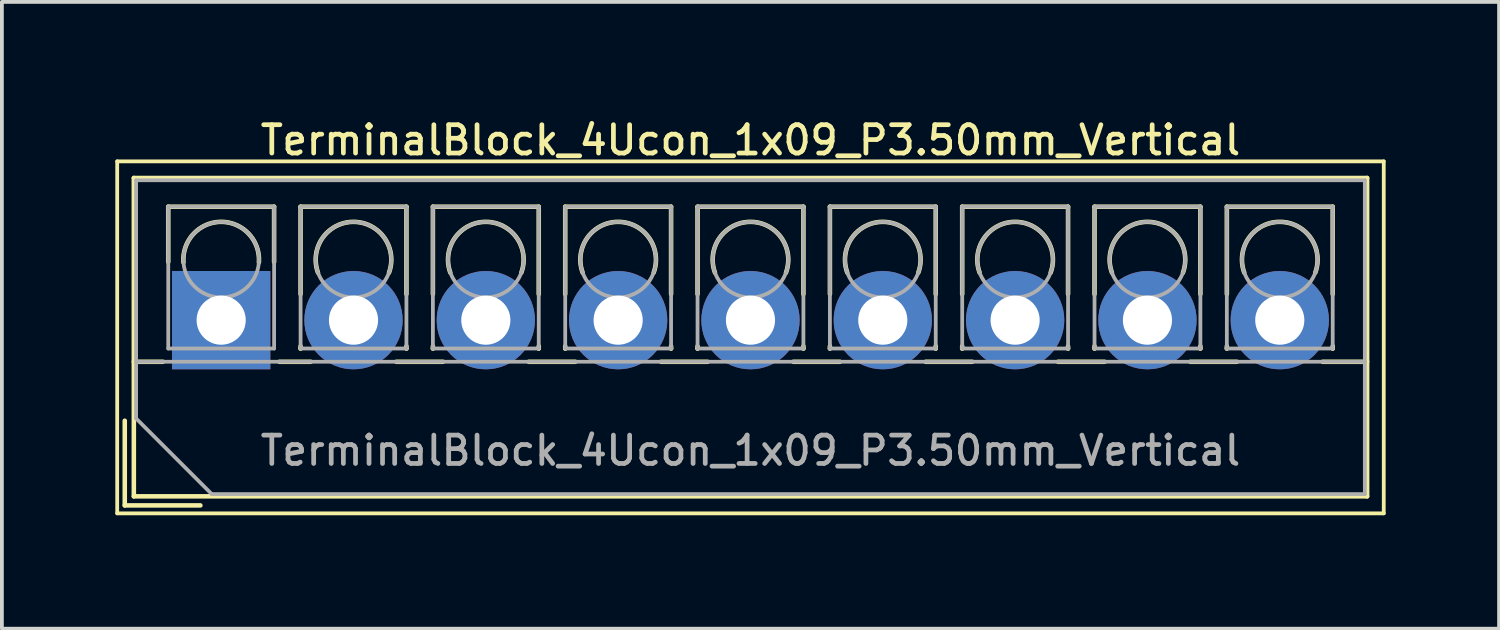
<source format=kicad_pcb>
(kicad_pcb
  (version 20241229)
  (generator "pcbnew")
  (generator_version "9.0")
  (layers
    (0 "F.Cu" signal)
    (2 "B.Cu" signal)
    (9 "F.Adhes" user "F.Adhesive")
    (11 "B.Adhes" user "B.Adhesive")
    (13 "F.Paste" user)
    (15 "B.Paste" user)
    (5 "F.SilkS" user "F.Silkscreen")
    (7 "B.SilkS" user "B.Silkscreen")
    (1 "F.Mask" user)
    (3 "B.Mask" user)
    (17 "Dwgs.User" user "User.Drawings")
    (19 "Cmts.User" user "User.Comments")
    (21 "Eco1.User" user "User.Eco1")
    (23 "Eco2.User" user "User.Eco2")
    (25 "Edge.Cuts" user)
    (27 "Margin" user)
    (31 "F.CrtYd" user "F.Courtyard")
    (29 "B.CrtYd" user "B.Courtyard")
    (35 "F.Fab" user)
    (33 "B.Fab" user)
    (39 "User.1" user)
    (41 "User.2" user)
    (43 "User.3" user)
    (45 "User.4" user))
  (footprint "TerminalBlock_4Ucon_1x09_P3.50mm_Vertical"
    (layer "F.Cu")
    (at 2.8 5.418)
    (property "Reference" "TerminalBlock_4Ucon_1x09_P3.50mm_Vertical" (at 14 -4.76 0) (layer "F.SilkS") (effects (font (size 0.75 0.75) (thickness 0.125))))
    (attr through_hole)
    (fp_line (start -2.75 -4.2) (end -2.75 5.11) (stroke (width 0.1) (type solid)) (layer "F.SilkS"))
    (fp_line (start -2.75 5.11) (end 30.75 5.11) (stroke (width 0.1) (type solid)) (layer "F.SilkS"))
    (fp_line (start -2.55 2.66) (end -2.55 4.9) (stroke (width 0.12) (type solid)) (layer "F.SilkS"))
    (fp_line (start -2.55 4.9) (end -0.55 4.9) (stroke (width 0.12) (type solid)) (layer "F.SilkS"))
    (fp_line (start -2.31 -3.76) (end -2.31 4.66) (stroke (width 0.12) (type solid)) (layer "F.SilkS"))
    (fp_line (start -2.31 -3.76) (end 30.31 -3.76) (stroke (width 0.12) (type solid)) (layer "F.SilkS"))
    (fp_line (start -2.31 1.101) (end -1.54 1.101) (stroke (width 0.12) (type solid)) (layer "F.SilkS"))
    (fp_line (start -2.31 4.66) (end 30.31 4.66) (stroke (width 0.12) (type solid)) (layer "F.SilkS"))
    (fp_line (start -1.4 -3) (end -1.4 -1.54) (stroke (width 0.12) (type solid)) (layer "F.SilkS"))
    (fp_line (start -1.4 -3) (end 1.4 -3) (stroke (width 0.12) (type solid)) (layer "F.SilkS"))
    (fp_line (start 1.4 -3) (end 1.4 -1.54) (stroke (width 0.12) (type solid)) (layer "F.SilkS"))
    (fp_line (start 1.54 1.101) (end 2.367 1.101) (stroke (width 0.12) (type solid)) (layer "F.SilkS"))
    (fp_line (start 2.1 -3) (end 2.1 -0.689) (stroke (width 0.12) (type solid)) (layer "F.SilkS"))
    (fp_line (start 2.1 -3) (end 4.9 -3) (stroke (width 0.12) (type solid)) (layer "F.SilkS"))
    (fp_line (start 2.1 0.689) (end 2.1 0.75) (stroke (width 0.12) (type solid)) (layer "F.SilkS"))
    (fp_line (start 2.1 0.75) (end 2.101 0.75) (stroke (width 0.12) (type solid)) (layer "F.SilkS"))
    (fp_line (start 4.634 1.101) (end 5.867 1.101) (stroke (width 0.12) (type solid)) (layer "F.SilkS"))
    (fp_line (start 4.9 -3) (end 4.9 -0.689) (stroke (width 0.12) (type solid)) (layer "F.SilkS"))
    (fp_line (start 4.9 0.689) (end 4.9 0.75) (stroke (width 0.12) (type solid)) (layer "F.SilkS"))
    (fp_line (start 4.9 0.75) (end 4.9 0.75) (stroke (width 0.12) (type solid)) (layer "F.SilkS"))
    (fp_line (start 5.6 -3) (end 5.6 -0.689) (stroke (width 0.12) (type solid)) (layer "F.SilkS"))
    (fp_line (start 5.6 -3) (end 8.4 -3) (stroke (width 0.12) (type solid)) (layer "F.SilkS"))
    (fp_line (start 5.6 0.689) (end 5.6 0.75) (stroke (width 0.12) (type solid)) (layer "F.SilkS"))
    (fp_line (start 5.6 0.75) (end 5.601 0.75) (stroke (width 0.12) (type solid)) (layer "F.SilkS"))
    (fp_line (start 8.134 1.101) (end 9.367 1.101) (stroke (width 0.12) (type solid)) (layer "F.SilkS"))
    (fp_line (start 8.4 -3) (end 8.4 -0.689) (stroke (width 0.12) (type solid)) (layer "F.SilkS"))
    (fp_line (start 8.4 0.689) (end 8.4 0.75) (stroke (width 0.12) (type solid)) (layer "F.SilkS"))
    (fp_line (start 8.4 0.75) (end 8.4 0.75) (stroke (width 0.12) (type solid)) (layer "F.SilkS"))
    (fp_line (start 9.1 -3) (end 9.1 -0.689) (stroke (width 0.12) (type solid)) (layer "F.SilkS"))
    (fp_line (start 9.1 -3) (end 11.9 -3) (stroke (width 0.12) (type solid)) (layer "F.SilkS"))
    (fp_line (start 9.1 0.689) (end 9.1 0.75) (stroke (width 0.12) (type solid)) (layer "F.SilkS"))
    (fp_line (start 9.1 0.75) (end 9.101 0.75) (stroke (width 0.12) (type solid)) (layer "F.SilkS"))
    (fp_line (start 11.634 1.101) (end 12.867 1.101) (stroke (width 0.12) (type solid)) (layer "F.SilkS"))
    (fp_line (start 11.9 -3) (end 11.9 -0.689) (stroke (width 0.12) (type solid)) (layer "F.SilkS"))
    (fp_line (start 11.9 0.689) (end 11.9 0.75) (stroke (width 0.12) (type solid)) (layer "F.SilkS"))
    (fp_line (start 11.9 0.75) (end 11.9 0.75) (stroke (width 0.12) (type solid)) (layer "F.SilkS"))
    (fp_line (start 12.6 -3) (end 12.6 -0.689) (stroke (width 0.12) (type solid)) (layer "F.SilkS"))
    (fp_line (start 12.6 -3) (end 15.4 -3) (stroke (width 0.12) (type solid)) (layer "F.SilkS"))
    (fp_line (start 12.6 0.689) (end 12.6 0.75) (stroke (width 0.12) (type solid)) (layer "F.SilkS"))
    (fp_line (start 12.6 0.75) (end 12.601 0.75) (stroke (width 0.12) (type solid)) (layer "F.SilkS"))
    (fp_line (start 15.134 1.101) (end 16.367 1.101) (stroke (width 0.12) (type solid)) (layer "F.SilkS"))
    (fp_line (start 15.4 -3) (end 15.4 -0.689) (stroke (width 0.12) (type solid)) (layer "F.SilkS"))
    (fp_line (start 15.4 0.689) (end 15.4 0.75) (stroke (width 0.12) (type solid)) (layer "F.SilkS"))
    (fp_line (start 15.4 0.75) (end 15.4 0.75) (stroke (width 0.12) (type solid)) (layer "F.SilkS"))
    (fp_line (start 16.101 -3) (end 16.101 -0.689) (stroke (width 0.12) (type solid)) (layer "F.SilkS"))
    (fp_line (start 16.101 -3) (end 18.9 -3) (stroke (width 0.12) (type solid)) (layer "F.SilkS"))
    (fp_line (start 16.101 0.689) (end 16.101 0.75) (stroke (width 0.12) (type solid)) (layer "F.SilkS"))
    (fp_line (start 16.101 0.75) (end 16.101 0.75) (stroke (width 0.12) (type solid)) (layer "F.SilkS"))
    (fp_line (start 18.634 1.101) (end 19.867 1.101) (stroke (width 0.12) (type solid)) (layer "F.SilkS"))
    (fp_line (start 18.9 -3) (end 18.9 -0.689) (stroke (width 0.12) (type solid)) (layer "F.SilkS"))
    (fp_line (start 18.9 0.689) (end 18.9 0.75) (stroke (width 0.12) (type solid)) (layer "F.SilkS"))
    (fp_line (start 18.9 0.75) (end 18.9 0.75) (stroke (width 0.12) (type solid)) (layer "F.SilkS"))
    (fp_line (start 19.6 -3) (end 19.6 -0.689) (stroke (width 0.12) (type solid)) (layer "F.SilkS"))
    (fp_line (start 19.6 -3) (end 22.4 -3) (stroke (width 0.12) (type solid)) (layer "F.SilkS"))
    (fp_line (start 19.6 0.689) (end 19.6 0.75) (stroke (width 0.12) (type solid)) (layer "F.SilkS"))
    (fp_line (start 19.6 0.75) (end 19.601 0.75) (stroke (width 0.12) (type solid)) (layer "F.SilkS"))
    (fp_line (start 22.134 1.101) (end 23.367 1.101) (stroke (width 0.12) (type solid)) (layer "F.SilkS"))
    (fp_line (start 22.4 -3) (end 22.4 -0.689) (stroke (width 0.12) (type solid)) (layer "F.SilkS"))
    (fp_line (start 22.4 0.689) (end 22.4 0.75) (stroke (width 0.12) (type solid)) (layer "F.SilkS"))
    (fp_line (start 22.4 0.75) (end 22.4 0.75) (stroke (width 0.12) (type solid)) (layer "F.SilkS"))
    (fp_line (start 23.1 -3) (end 23.1 -0.689) (stroke (width 0.12) (type solid)) (layer "F.SilkS"))
    (fp_line (start 23.1 -3) (end 25.9 -3) (stroke (width 0.12) (type solid)) (layer "F.SilkS"))
    (fp_line (start 23.1 0.689) (end 23.1 0.75) (stroke (width 0.12) (type solid)) (layer "F.SilkS"))
    (fp_line (start 23.1 0.75) (end 23.101 0.75) (stroke (width 0.12) (type solid)) (layer "F.SilkS"))
    (fp_line (start 25.634 1.101) (end 26.867 1.101) (stroke (width 0.12) (type solid)) (layer "F.SilkS"))
    (fp_line (start 25.9 -3) (end 25.9 -0.689) (stroke (width 0.12) (type solid)) (layer "F.SilkS"))
    (fp_line (start 25.9 0.689) (end 25.9 0.75) (stroke (width 0.12) (type solid)) (layer "F.SilkS"))
    (fp_line (start 25.9 0.75) (end 25.9 0.75) (stroke (width 0.12) (type solid)) (layer "F.SilkS"))
    (fp_line (start 26.6 -3) (end 26.6 -0.689) (stroke (width 0.12) (type solid)) (layer "F.SilkS"))
    (fp_line (start 26.6 -3) (end 29.4 -3) (stroke (width 0.12) (type solid)) (layer "F.SilkS"))
    (fp_line (start 26.6 0.689) (end 26.6 0.75) (stroke (width 0.12) (type solid)) (layer "F.SilkS"))
    (fp_line (start 26.6 0.75) (end 26.601 0.75) (stroke (width 0.12) (type solid)) (layer "F.SilkS"))
    (fp_line (start 29.134 1.101) (end 30.31 1.101) (stroke (width 0.12) (type solid)) (layer "F.SilkS"))
    (fp_line (start 29.4 -3) (end 29.4 -0.689) (stroke (width 0.12) (type solid)) (layer "F.SilkS"))
    (fp_line (start 29.4 0.689) (end 29.4 0.75) (stroke (width 0.12) (type solid)) (layer "F.SilkS"))
    (fp_line (start 29.4 0.75) (end 29.4 0.75) (stroke (width 0.12) (type solid)) (layer "F.SilkS"))
    (fp_line (start 30.31 -3.76) (end 30.31 4.66) (stroke (width 0.12) (type solid)) (layer "F.SilkS"))
    (fp_line (start 30.75 -4.2) (end -2.75 -4.2) (stroke (width 0.1) (type solid)) (layer "F.SilkS"))
    (fp_line (start 30.75 5.11) (end 30.75 -4.2) (stroke (width 0.1) (type solid)) (layer "F.SilkS"))
    (fp_arc (start -0.99789 -1.529434) (mid -0.000785 -2.600382) (end 0.998 -1.531) (stroke (width 0.12) (type solid)) (layer "F.SilkS"))
    (fp_arc (start 2.560085 -1.257767) (mid 3.499876 -2.600282) (end 4.44 -1.258) (stroke (width 0.12) (type solid)) (layer "F.SilkS"))
    (fp_arc (start 6.060085 -1.257767) (mid 6.999876 -2.600282) (end 7.94 -1.258) (stroke (width 0.12) (type solid)) (layer "F.SilkS"))
    (fp_arc (start 9.560085 -1.257767) (mid 10.499876 -2.600282) (end 11.44 -1.258) (stroke (width 0.12) (type solid)) (layer "F.SilkS"))
    (fp_arc (start 13.060085 -1.257767) (mid 13.999876 -2.600282) (end 14.94 -1.258) (stroke (width 0.12) (type solid)) (layer "F.SilkS"))
    (fp_arc (start 16.560085 -1.257767) (mid 17.499876 -2.600282) (end 18.44 -1.258) (stroke (width 0.12) (type solid)) (layer "F.SilkS"))
    (fp_arc (start 20.060085 -1.257767) (mid 20.999876 -2.600282) (end 21.94 -1.258) (stroke (width 0.12) (type solid)) (layer "F.SilkS"))
    (fp_arc (start 23.560085 -1.257767) (mid 24.499876 -2.600282) (end 25.44 -1.258) (stroke (width 0.12) (type solid)) (layer "F.SilkS"))
    (fp_arc (start 27.060085 -1.257767) (mid 27.999876 -2.600282) (end 28.94 -1.258) (stroke (width 0.12) (type solid)) (layer "F.SilkS"))
    (fp_line (start -2.25 -3.7) (end 30.25 -3.7) (stroke (width 0.1) (type solid)) (layer "F.Fab"))
    (fp_line (start -2.25 1.1) (end 30.25 1.1) (stroke (width 0.1) (type solid)) (layer "F.Fab"))
    (fp_line (start -2.25 2.6) (end -2.25 -3.7) (stroke (width 0.1) (type solid)) (layer "F.Fab"))
    (fp_line (start -1.4 -3) (end -1.4 0.75) (stroke (width 0.1) (type solid)) (layer "F.Fab"))
    (fp_line (start -1.4 0.75) (end 1.4 0.75) (stroke (width 0.1) (type solid)) (layer "F.Fab"))
    (fp_line (start -0.25 4.6) (end -2.25 2.6) (stroke (width 0.1) (type solid)) (layer "F.Fab"))
    (fp_line (start 1.4 -3) (end -1.4 -3) (stroke (width 0.1) (type solid)) (layer "F.Fab"))
    (fp_line (start 1.4 0.75) (end 1.4 -3) (stroke (width 0.1) (type solid)) (layer "F.Fab"))
    (fp_line (start 2.1 -3) (end 2.1 0.75) (stroke (width 0.1) (type solid)) (layer "F.Fab"))
    (fp_line (start 2.1 0.75) (end 4.9 0.75) (stroke (width 0.1) (type solid)) (layer "F.Fab"))
    (fp_line (start 4.9 -3) (end 2.1 -3) (stroke (width 0.1) (type solid)) (layer "F.Fab"))
    (fp_line (start 4.9 0.75) (end 4.9 -3) (stroke (width 0.1) (type solid)) (layer "F.Fab"))
    (fp_line (start 5.6 -3) (end 5.6 0.75) (stroke (width 0.1) (type solid)) (layer "F.Fab"))
    (fp_line (start 5.6 0.75) (end 8.4 0.75) (stroke (width 0.1) (type solid)) (layer "F.Fab"))
    (fp_line (start 8.4 -3) (end 5.6 -3) (stroke (width 0.1) (type solid)) (layer "F.Fab"))
    (fp_line (start 8.4 0.75) (end 8.4 -3) (stroke (width 0.1) (type solid)) (layer "F.Fab"))
    (fp_line (start 9.1 -3) (end 9.1 0.75) (stroke (width 0.1) (type solid)) (layer "F.Fab"))
    (fp_line (start 9.1 0.75) (end 11.9 0.75) (stroke (width 0.1) (type solid)) (layer "F.Fab"))
    (fp_line (start 11.9 -3) (end 9.1 -3) (stroke (width 0.1) (type solid)) (layer "F.Fab"))
    (fp_line (start 11.9 0.75) (end 11.9 -3) (stroke (width 0.1) (type solid)) (layer "F.Fab"))
    (fp_line (start 12.6 -3) (end 12.6 0.75) (stroke (width 0.1) (type solid)) (layer "F.Fab"))
    (fp_line (start 12.6 0.75) (end 15.4 0.75) (stroke (width 0.1) (type solid)) (layer "F.Fab"))
    (fp_line (start 15.4 -3) (end 12.6 -3) (stroke (width 0.1) (type solid)) (layer "F.Fab"))
    (fp_line (start 15.4 0.75) (end 15.4 -3) (stroke (width 0.1) (type solid)) (layer "F.Fab"))
    (fp_line (start 16.101 -3) (end 16.101 0.75) (stroke (width 0.1) (type solid)) (layer "F.Fab"))
    (fp_line (start 16.101 0.75) (end 18.9 0.75) (stroke (width 0.1) (type solid)) (layer "F.Fab"))
    (fp_line (start 18.9 -3) (end 16.101 -3) (stroke (width 0.1) (type solid)) (layer "F.Fab"))
    (fp_line (start 18.9 0.75) (end 18.9 -3) (stroke (width 0.1) (type solid)) (layer "F.Fab"))
    (fp_line (start 19.6 -3) (end 19.6 0.75) (stroke (width 0.1) (type solid)) (layer "F.Fab"))
    (fp_line (start 19.6 0.75) (end 22.4 0.75) (stroke (width 0.1) (type solid)) (layer "F.Fab"))
    (fp_line (start 22.4 -3) (end 19.6 -3) (stroke (width 0.1) (type solid)) (layer "F.Fab"))
    (fp_line (start 22.4 0.75) (end 22.4 -3) (stroke (width 0.1) (type solid)) (layer "F.Fab"))
    (fp_line (start 23.1 -3) (end 23.1 0.75) (stroke (width 0.1) (type solid)) (layer "F.Fab"))
    (fp_line (start 23.1 0.75) (end 25.9 0.75) (stroke (width 0.1) (type solid)) (layer "F.Fab"))
    (fp_line (start 25.9 -3) (end 23.1 -3) (stroke (width 0.1) (type solid)) (layer "F.Fab"))
    (fp_line (start 25.9 0.75) (end 25.9 -3) (stroke (width 0.1) (type solid)) (layer "F.Fab"))
    (fp_line (start 26.6 -3) (end 26.6 0.75) (stroke (width 0.1) (type solid)) (layer "F.Fab"))
    (fp_line (start 26.6 0.75) (end 29.4 0.75) (stroke (width 0.1) (type solid)) (layer "F.Fab"))
    (fp_line (start 29.4 -3) (end 26.6 -3) (stroke (width 0.1) (type solid)) (layer "F.Fab"))
    (fp_line (start 29.4 0.75) (end 29.4 -3) (stroke (width 0.1) (type solid)) (layer "F.Fab"))
    (fp_line (start 30.25 -3.7) (end 30.25 4.6) (stroke (width 0.1) (type solid)) (layer "F.Fab"))
    (fp_line (start 30.25 4.6) (end -0.25 4.6) (stroke (width 0.1) (type solid)) (layer "F.Fab"))
    (fp_circle (center 0 -1.6) (end 1 -1.6) (stroke (width 0.1) (type solid)) (fill no) (layer "F.Fab"))
    (fp_circle (center 3.5 -1.6) (end 4.5 -1.6) (stroke (width 0.1) (type solid)) (fill no) (layer "F.Fab"))
    (fp_circle (center 7 -1.6) (end 8 -1.6) (stroke (width 0.1) (type solid)) (fill no) (layer "F.Fab"))
    (fp_circle (center 10.5 -1.6) (end 11.5 -1.6) (stroke (width 0.1) (type solid)) (fill no) (layer "F.Fab"))
    (fp_circle (center 14 -1.6) (end 15 -1.6) (stroke (width 0.1) (type solid)) (fill no) (layer "F.Fab"))
    (fp_circle (center 17.5 -1.6) (end 18.5 -1.6) (stroke (width 0.1) (type solid)) (fill no) (layer "F.Fab"))
    (fp_circle (center 21 -1.6) (end 22 -1.6) (stroke (width 0.1) (type solid)) (fill no) (layer "F.Fab"))
    (fp_circle (center 24.5 -1.6) (end 25.5 -1.6) (stroke (width 0.1) (type solid)) (fill no) (layer "F.Fab"))
    (fp_circle (center 28 -1.6) (end 29 -1.6) (stroke (width 0.1) (type solid)) (fill no) (layer "F.Fab"))
    (fp_text user "${REFERENCE}" (at 14 3.45 0) (layer "F.Fab") (effects (font (size 0.75 0.75) (thickness 0.125))))
    (pad "1" thru_hole rect (at 0 0) (size 2.6 2.6) (drill 1.3) (layers "*.Cu" "*.Mask"))
    (pad "2" thru_hole circle (at 3.5 0) (size 2.6 2.6) (drill 1.3) (layers "*.Cu" "*.Mask"))
    (pad "3" thru_hole circle (at 7 0) (size 2.6 2.6) (drill 1.3) (layers "*.Cu" "*.Mask"))
    (pad "4" thru_hole circle (at 10.5 0) (size 2.6 2.6) (drill 1.3) (layers "*.Cu" "*.Mask"))
    (pad "5" thru_hole circle (at 14 0) (size 2.6 2.6) (drill 1.3) (layers "*.Cu" "*.Mask"))
    (pad "6" thru_hole circle (at 17.5 0) (size 2.6 2.6) (drill 1.3) (layers "*.Cu" "*.Mask"))
    (pad "7" thru_hole circle (at 21 0) (size 2.6 2.6) (drill 1.3) (layers "*.Cu" "*.Mask"))
    (pad "8" thru_hole circle (at 24.5 0) (size 2.6 2.6) (drill 1.3) (layers "*.Cu" "*.Mask"))
    (pad "9" thru_hole circle (at 28 0) (size 2.6 2.6) (drill 1.3) (layers "*.Cu" "*.Mask")))
  (gr_rect
    (start -3 -3)
    (end 36.6 13.578)
    (stroke (width 0.1) (type default))
    (fill no)
    (layer "Edge.Cuts")))
</source>
